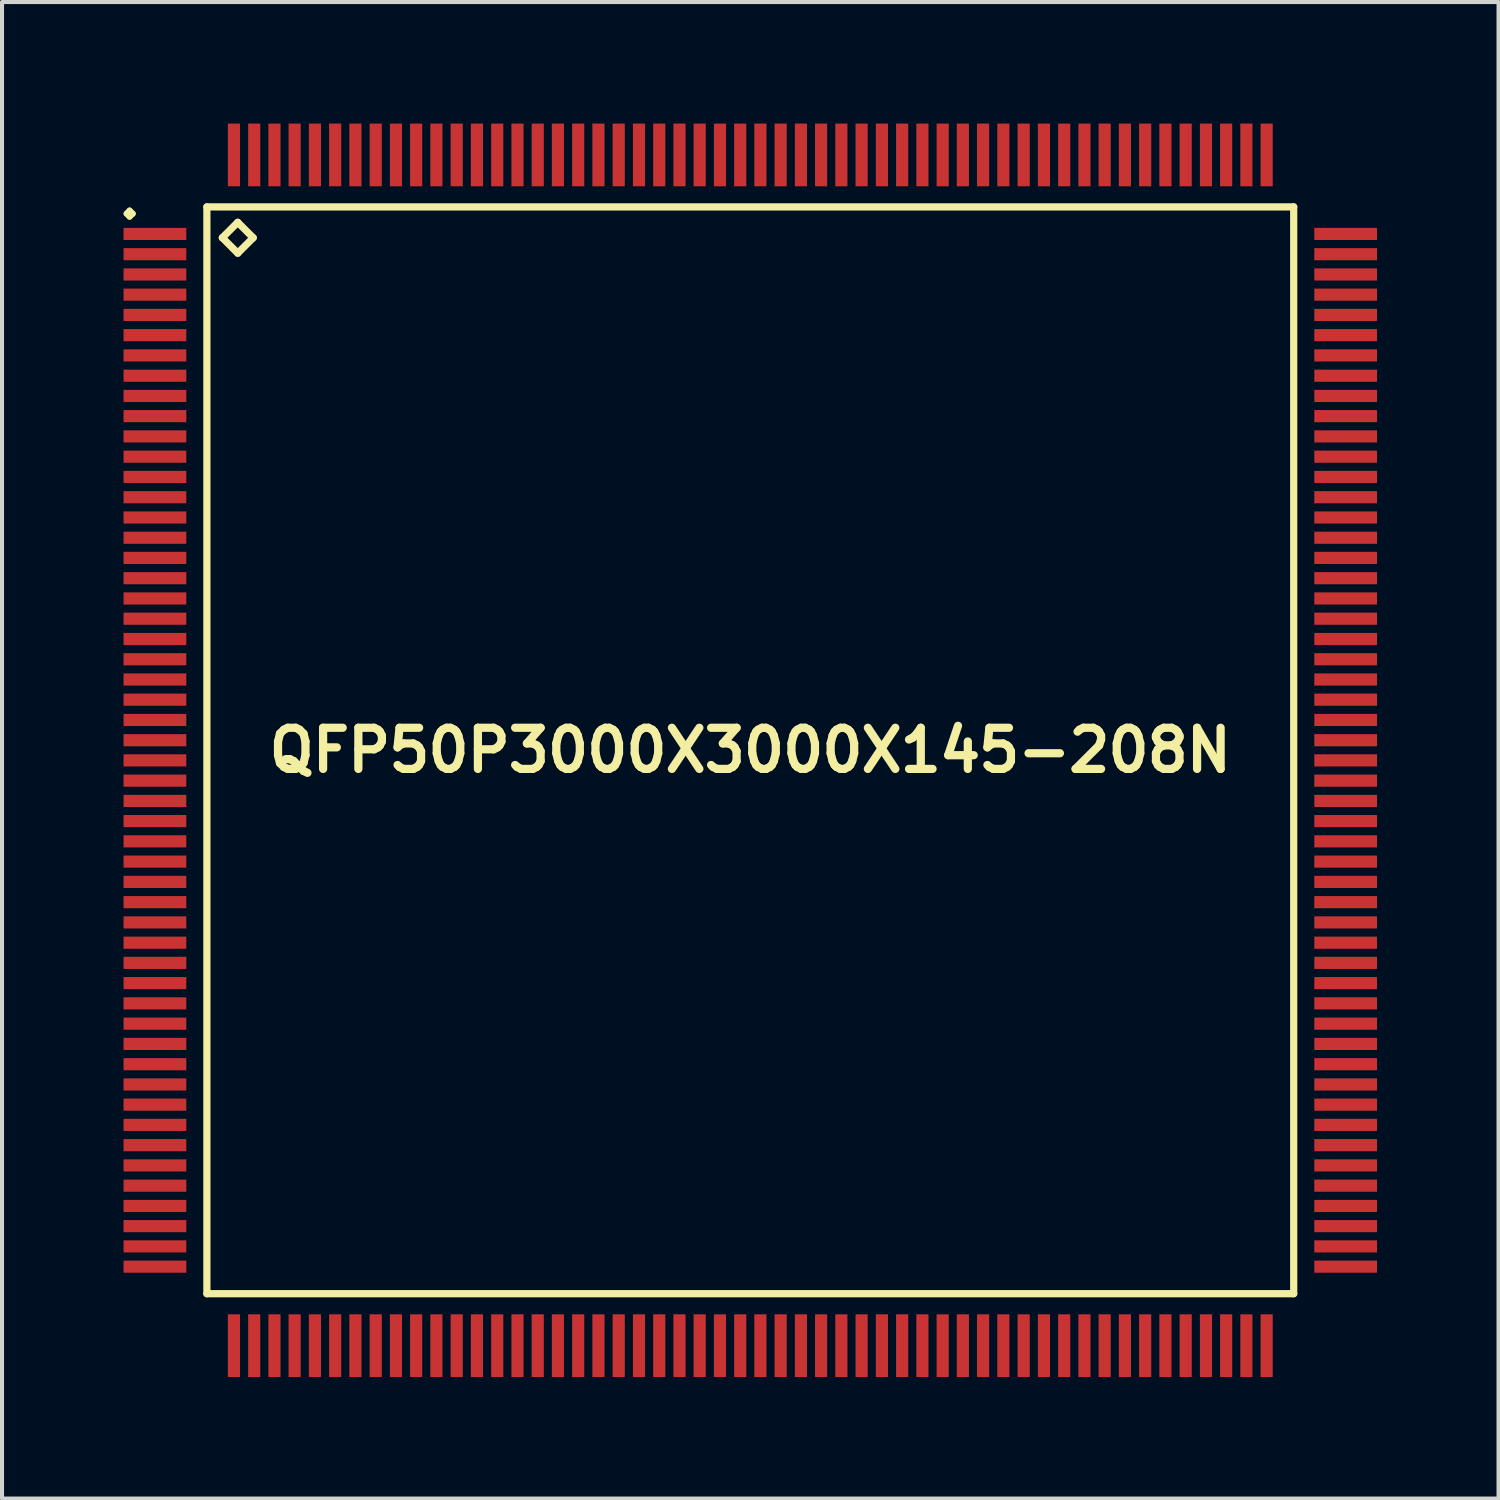
<source format=kicad_pcb>
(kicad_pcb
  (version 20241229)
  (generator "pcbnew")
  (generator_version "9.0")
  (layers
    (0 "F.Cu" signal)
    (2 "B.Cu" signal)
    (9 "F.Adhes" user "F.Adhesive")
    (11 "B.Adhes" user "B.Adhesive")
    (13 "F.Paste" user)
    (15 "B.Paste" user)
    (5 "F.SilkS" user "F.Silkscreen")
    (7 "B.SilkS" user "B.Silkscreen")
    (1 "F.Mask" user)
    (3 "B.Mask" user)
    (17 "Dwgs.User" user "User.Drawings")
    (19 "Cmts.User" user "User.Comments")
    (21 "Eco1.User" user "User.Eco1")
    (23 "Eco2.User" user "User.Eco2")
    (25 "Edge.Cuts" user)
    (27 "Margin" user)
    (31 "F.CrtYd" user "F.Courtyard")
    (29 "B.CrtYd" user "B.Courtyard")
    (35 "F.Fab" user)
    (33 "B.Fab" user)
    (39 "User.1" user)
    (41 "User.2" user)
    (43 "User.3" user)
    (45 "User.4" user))
  (footprint "QFP50P3000X3000X145-208N"
    (layer "F.Cu")
    (at 15.474 15.474)
    (property "Reference" "QFP50P3000X3000X145-208N" (at 0 0 0) (layer "F.SilkS") (effects (font (size 1.016 1.016) (thickness 0.203))))
    (attr smd)
    (fp_line (start -15.397 -13.249) (end -15.324 -13.325) (stroke (width 0.15) (type solid)) (layer "F.SilkS"))
    (fp_line (start -15.324 -13.325) (end -15.248 -13.249) (stroke (width 0.15) (type solid)) (layer "F.SilkS"))
    (fp_line (start -15.324 -13.175) (end -15.397 -13.249) (stroke (width 0.15) (type solid)) (layer "F.SilkS"))
    (fp_line (start -15.248 -13.249) (end -15.324 -13.175) (stroke (width 0.15) (type solid)) (layer "F.SilkS"))
    (fp_line (start -13.416 -13.416) (end -13.416 13.416) (stroke (width 0.178) (type solid)) (layer "F.SilkS"))
    (fp_line (start -13.416 13.416) (end 13.416 13.416) (stroke (width 0.178) (type solid)) (layer "F.SilkS"))
    (fp_line (start -13.035 -12.654) (end -12.654 -13.035) (stroke (width 0.178) (type solid)) (layer "F.SilkS"))
    (fp_line (start -12.654 -13.035) (end -12.273 -12.654) (stroke (width 0.178) (type solid)) (layer "F.SilkS"))
    (fp_line (start -12.654 -12.273) (end -13.035 -12.654) (stroke (width 0.178) (type solid)) (layer "F.SilkS"))
    (fp_line (start -12.273 -12.654) (end -12.654 -12.273) (stroke (width 0.178) (type solid)) (layer "F.SilkS"))
    (fp_line (start 13.416 -13.416) (end -13.416 -13.416) (stroke (width 0.178) (type solid)) (layer "F.SilkS"))
    (fp_line (start 13.416 13.416) (end 13.416 -13.416) (stroke (width 0.178) (type solid)) (layer "F.SilkS"))
    (pad "1" smd rect (at -14.699 -12.748) (size 1.549 0.3) (layers "F.Cu" "F.Mask" "F.Paste"))
    (pad "2" smd rect (at -14.699 -12.248) (size 1.549 0.3) (layers "F.Cu" "F.Mask" "F.Paste"))
    (pad "3" smd rect (at -14.699 -11.748) (size 1.549 0.3) (layers "F.Cu" "F.Mask" "F.Paste"))
    (pad "4" smd rect (at -14.699 -11.25) (size 1.549 0.3) (layers "F.Cu" "F.Mask" "F.Paste"))
    (pad "5" smd rect (at -14.699 -10.749) (size 1.549 0.3) (layers "F.Cu" "F.Mask" "F.Paste"))
    (pad "6" smd rect (at -14.699 -10.249) (size 1.549 0.3) (layers "F.Cu" "F.Mask" "F.Paste"))
    (pad "7" smd rect (at -14.699 -9.749) (size 1.549 0.3) (layers "F.Cu" "F.Mask" "F.Paste"))
    (pad "8" smd rect (at -14.699 -9.248) (size 1.549 0.3) (layers "F.Cu" "F.Mask" "F.Paste"))
    (pad "9" smd rect (at -14.699 -8.748) (size 1.549 0.3) (layers "F.Cu" "F.Mask" "F.Paste"))
    (pad "10" smd rect (at -14.699 -8.25) (size 1.549 0.3) (layers "F.Cu" "F.Mask" "F.Paste"))
    (pad "11" smd rect (at -14.699 -7.75) (size 1.549 0.3) (layers "F.Cu" "F.Mask" "F.Paste"))
    (pad "12" smd rect (at -14.699 -7.249) (size 1.549 0.3) (layers "F.Cu" "F.Mask" "F.Paste"))
    (pad "13" smd rect (at -14.699 -6.749) (size 1.549 0.3) (layers "F.Cu" "F.Mask" "F.Paste"))
    (pad "14" smd rect (at -14.699 -6.248) (size 1.549 0.3) (layers "F.Cu" "F.Mask" "F.Paste"))
    (pad "15" smd rect (at -14.699 -5.748) (size 1.549 0.3) (layers "F.Cu" "F.Mask" "F.Paste"))
    (pad "16" smd rect (at -14.699 -5.248) (size 1.549 0.3) (layers "F.Cu" "F.Mask" "F.Paste"))
    (pad "17" smd rect (at -14.699 -4.75) (size 1.549 0.3) (layers "F.Cu" "F.Mask" "F.Paste"))
    (pad "18" smd rect (at -14.699 -4.249) (size 1.549 0.3) (layers "F.Cu" "F.Mask" "F.Paste"))
    (pad "19" smd rect (at -14.699 -3.749) (size 1.549 0.3) (layers "F.Cu" "F.Mask" "F.Paste"))
    (pad "20" smd rect (at -14.699 -3.249) (size 1.549 0.3) (layers "F.Cu" "F.Mask" "F.Paste"))
    (pad "21" smd rect (at -14.699 -2.748) (size 1.549 0.3) (layers "F.Cu" "F.Mask" "F.Paste"))
    (pad "22" smd rect (at -14.699 -2.248) (size 1.549 0.3) (layers "F.Cu" "F.Mask" "F.Paste"))
    (pad "23" smd rect (at -14.699 -1.748) (size 1.549 0.3) (layers "F.Cu" "F.Mask" "F.Paste"))
    (pad "24" smd rect (at -14.699 -1.25) (size 1.549 0.3) (layers "F.Cu" "F.Mask" "F.Paste"))
    (pad "25" smd rect (at -14.699 -0.749) (size 1.549 0.3) (layers "F.Cu" "F.Mask" "F.Paste"))
    (pad "26" smd rect (at -14.699 -0.249) (size 1.549 0.3) (layers "F.Cu" "F.Mask" "F.Paste"))
    (pad "27" smd rect (at -14.699 0.249) (size 1.549 0.3) (layers "F.Cu" "F.Mask" "F.Paste"))
    (pad "28" smd rect (at -14.699 0.749) (size 1.549 0.3) (layers "F.Cu" "F.Mask" "F.Paste"))
    (pad "29" smd rect (at -14.699 1.25) (size 1.549 0.3) (layers "F.Cu" "F.Mask" "F.Paste"))
    (pad "30" smd rect (at -14.699 1.748) (size 1.549 0.3) (layers "F.Cu" "F.Mask" "F.Paste"))
    (pad "31" smd rect (at -14.699 2.248) (size 1.549 0.3) (layers "F.Cu" "F.Mask" "F.Paste"))
    (pad "32" smd rect (at -14.699 2.748) (size 1.549 0.3) (layers "F.Cu" "F.Mask" "F.Paste"))
    (pad "33" smd rect (at -14.699 3.249) (size 1.549 0.3) (layers "F.Cu" "F.Mask" "F.Paste"))
    (pad "34" smd rect (at -14.699 3.749) (size 1.549 0.3) (layers "F.Cu" "F.Mask" "F.Paste"))
    (pad "35" smd rect (at -14.699 4.249) (size 1.549 0.3) (layers "F.Cu" "F.Mask" "F.Paste"))
    (pad "36" smd rect (at -14.699 4.75) (size 1.549 0.3) (layers "F.Cu" "F.Mask" "F.Paste"))
    (pad "37" smd rect (at -14.699 5.248) (size 1.549 0.3) (layers "F.Cu" "F.Mask" "F.Paste"))
    (pad "38" smd rect (at -14.699 5.748) (size 1.549 0.3) (layers "F.Cu" "F.Mask" "F.Paste"))
    (pad "39" smd rect (at -14.699 6.248) (size 1.549 0.3) (layers "F.Cu" "F.Mask" "F.Paste"))
    (pad "40" smd rect (at -14.699 6.749) (size 1.549 0.3) (layers "F.Cu" "F.Mask" "F.Paste"))
    (pad "41" smd rect (at -14.699 7.249) (size 1.549 0.3) (layers "F.Cu" "F.Mask" "F.Paste"))
    (pad "42" smd rect (at -14.699 7.75) (size 1.549 0.3) (layers "F.Cu" "F.Mask" "F.Paste"))
    (pad "43" smd rect (at -14.699 8.25) (size 1.549 0.3) (layers "F.Cu" "F.Mask" "F.Paste"))
    (pad "44" smd rect (at -14.699 8.748) (size 1.549 0.3) (layers "F.Cu" "F.Mask" "F.Paste"))
    (pad "45" smd rect (at -14.699 9.248) (size 1.549 0.3) (layers "F.Cu" "F.Mask" "F.Paste"))
    (pad "46" smd rect (at -14.699 9.749) (size 1.549 0.3) (layers "F.Cu" "F.Mask" "F.Paste"))
    (pad "47" smd rect (at -14.699 10.249) (size 1.549 0.3) (layers "F.Cu" "F.Mask" "F.Paste"))
    (pad "48" smd rect (at -14.699 10.749) (size 1.549 0.3) (layers "F.Cu" "F.Mask" "F.Paste"))
    (pad "49" smd rect (at -14.699 11.25) (size 1.549 0.3) (layers "F.Cu" "F.Mask" "F.Paste"))
    (pad "50" smd rect (at -14.699 11.748) (size 1.549 0.3) (layers "F.Cu" "F.Mask" "F.Paste"))
    (pad "51" smd rect (at -14.699 12.248) (size 1.549 0.3) (layers "F.Cu" "F.Mask" "F.Paste"))
    (pad "52" smd rect (at -14.699 12.748) (size 1.549 0.3) (layers "F.Cu" "F.Mask" "F.Paste"))
    (pad "53" smd rect (at -12.748 14.699) (size 0.3 1.549) (layers "F.Cu" "F.Mask" "F.Paste"))
    (pad "54" smd rect (at -12.248 14.699) (size 0.3 1.549) (layers "F.Cu" "F.Mask" "F.Paste"))
    (pad "55" smd rect (at -11.748 14.699) (size 0.3 1.549) (layers "F.Cu" "F.Mask" "F.Paste"))
    (pad "56" smd rect (at -11.25 14.699) (size 0.3 1.549) (layers "F.Cu" "F.Mask" "F.Paste"))
    (pad "57" smd rect (at -10.749 14.699) (size 0.3 1.549) (layers "F.Cu" "F.Mask" "F.Paste"))
    (pad "58" smd rect (at -10.249 14.699) (size 0.3 1.549) (layers "F.Cu" "F.Mask" "F.Paste"))
    (pad "59" smd rect (at -9.749 14.699) (size 0.3 1.549) (layers "F.Cu" "F.Mask" "F.Paste"))
    (pad "60" smd rect (at -9.248 14.699) (size 0.3 1.549) (layers "F.Cu" "F.Mask" "F.Paste"))
    (pad "61" smd rect (at -8.748 14.699) (size 0.3 1.549) (layers "F.Cu" "F.Mask" "F.Paste"))
    (pad "62" smd rect (at -8.25 14.699) (size 0.3 1.549) (layers "F.Cu" "F.Mask" "F.Paste"))
    (pad "63" smd rect (at -7.75 14.699) (size 0.3 1.549) (layers "F.Cu" "F.Mask" "F.Paste"))
    (pad "64" smd rect (at -7.249 14.699) (size 0.3 1.549) (layers "F.Cu" "F.Mask" "F.Paste"))
    (pad "65" smd rect (at -6.749 14.699) (size 0.3 1.549) (layers "F.Cu" "F.Mask" "F.Paste"))
    (pad "66" smd rect (at -6.248 14.699) (size 0.3 1.549) (layers "F.Cu" "F.Mask" "F.Paste"))
    (pad "67" smd rect (at -5.748 14.699) (size 0.3 1.549) (layers "F.Cu" "F.Mask" "F.Paste"))
    (pad "68" smd rect (at -5.248 14.699) (size 0.3 1.549) (layers "F.Cu" "F.Mask" "F.Paste"))
    (pad "69" smd rect (at -4.75 14.699) (size 0.3 1.549) (layers "F.Cu" "F.Mask" "F.Paste"))
    (pad "70" smd rect (at -4.249 14.699) (size 0.3 1.549) (layers "F.Cu" "F.Mask" "F.Paste"))
    (pad "71" smd rect (at -3.749 14.699) (size 0.3 1.549) (layers "F.Cu" "F.Mask" "F.Paste"))
    (pad "72" smd rect (at -3.249 14.699) (size 0.3 1.549) (layers "F.Cu" "F.Mask" "F.Paste"))
    (pad "73" smd rect (at -2.748 14.699) (size 0.3 1.549) (layers "F.Cu" "F.Mask" "F.Paste"))
    (pad "74" smd rect (at -2.248 14.699) (size 0.3 1.549) (layers "F.Cu" "F.Mask" "F.Paste"))
    (pad "75" smd rect (at -1.748 14.699) (size 0.3 1.549) (layers "F.Cu" "F.Mask" "F.Paste"))
    (pad "76" smd rect (at -1.25 14.699) (size 0.3 1.549) (layers "F.Cu" "F.Mask" "F.Paste"))
    (pad "77" smd rect (at -0.749 14.699) (size 0.3 1.549) (layers "F.Cu" "F.Mask" "F.Paste"))
    (pad "78" smd rect (at -0.249 14.699) (size 0.3 1.549) (layers "F.Cu" "F.Mask" "F.Paste"))
    (pad "79" smd rect (at 0.249 14.699) (size 0.3 1.549) (layers "F.Cu" "F.Mask" "F.Paste"))
    (pad "80" smd rect (at 0.749 14.699) (size 0.3 1.549) (layers "F.Cu" "F.Mask" "F.Paste"))
    (pad "81" smd rect (at 1.25 14.699) (size 0.3 1.549) (layers "F.Cu" "F.Mask" "F.Paste"))
    (pad "82" smd rect (at 1.748 14.699) (size 0.3 1.549) (layers "F.Cu" "F.Mask" "F.Paste"))
    (pad "83" smd rect (at 2.248 14.699) (size 0.3 1.549) (layers "F.Cu" "F.Mask" "F.Paste"))
    (pad "84" smd rect (at 2.748 14.699) (size 0.3 1.549) (layers "F.Cu" "F.Mask" "F.Paste"))
    (pad "85" smd rect (at 3.249 14.699) (size 0.3 1.549) (layers "F.Cu" "F.Mask" "F.Paste"))
    (pad "86" smd rect (at 3.749 14.699) (size 0.3 1.549) (layers "F.Cu" "F.Mask" "F.Paste"))
    (pad "87" smd rect (at 4.249 14.699) (size 0.3 1.549) (layers "F.Cu" "F.Mask" "F.Paste"))
    (pad "88" smd rect (at 4.75 14.699) (size 0.3 1.549) (layers "F.Cu" "F.Mask" "F.Paste"))
    (pad "89" smd rect (at 5.248 14.699) (size 0.3 1.549) (layers "F.Cu" "F.Mask" "F.Paste"))
    (pad "90" smd rect (at 5.748 14.699) (size 0.3 1.549) (layers "F.Cu" "F.Mask" "F.Paste"))
    (pad "91" smd rect (at 6.248 14.699) (size 0.3 1.549) (layers "F.Cu" "F.Mask" "F.Paste"))
    (pad "92" smd rect (at 6.749 14.699) (size 0.3 1.549) (layers "F.Cu" "F.Mask" "F.Paste"))
    (pad "93" smd rect (at 7.249 14.699) (size 0.3 1.549) (layers "F.Cu" "F.Mask" "F.Paste"))
    (pad "94" smd rect (at 7.75 14.699) (size 0.3 1.549) (layers "F.Cu" "F.Mask" "F.Paste"))
    (pad "95" smd rect (at 8.25 14.699) (size 0.3 1.549) (layers "F.Cu" "F.Mask" "F.Paste"))
    (pad "96" smd rect (at 8.748 14.699) (size 0.3 1.549) (layers "F.Cu" "F.Mask" "F.Paste"))
    (pad "97" smd rect (at 9.248 14.699) (size 0.3 1.549) (layers "F.Cu" "F.Mask" "F.Paste"))
    (pad "98" smd rect (at 9.749 14.699) (size 0.3 1.549) (layers "F.Cu" "F.Mask" "F.Paste"))
    (pad "99" smd rect (at 10.249 14.699) (size 0.3 1.549) (layers "F.Cu" "F.Mask" "F.Paste"))
    (pad "100" smd rect (at 10.749 14.699) (size 0.3 1.549) (layers "F.Cu" "F.Mask" "F.Paste"))
    (pad "101" smd rect (at 11.25 14.699) (size 0.3 1.549) (layers "F.Cu" "F.Mask" "F.Paste"))
    (pad "102" smd rect (at 11.748 14.699) (size 0.3 1.549) (layers "F.Cu" "F.Mask" "F.Paste"))
    (pad "103" smd rect (at 12.248 14.699) (size 0.3 1.549) (layers "F.Cu" "F.Mask" "F.Paste"))
    (pad "104" smd rect (at 12.748 14.699) (size 0.3 1.549) (layers "F.Cu" "F.Mask" "F.Paste"))
    (pad "105" smd rect (at 14.699 12.748) (size 1.549 0.3) (layers "F.Cu" "F.Mask" "F.Paste"))
    (pad "106" smd rect (at 14.699 12.248) (size 1.549 0.3) (layers "F.Cu" "F.Mask" "F.Paste"))
    (pad "107" smd rect (at 14.699 11.748) (size 1.549 0.3) (layers "F.Cu" "F.Mask" "F.Paste"))
    (pad "108" smd rect (at 14.699 11.25) (size 1.549 0.3) (layers "F.Cu" "F.Mask" "F.Paste"))
    (pad "109" smd rect (at 14.699 10.749) (size 1.549 0.3) (layers "F.Cu" "F.Mask" "F.Paste"))
    (pad "110" smd rect (at 14.699 10.249) (size 1.549 0.3) (layers "F.Cu" "F.Mask" "F.Paste"))
    (pad "111" smd rect (at 14.699 9.749) (size 1.549 0.3) (layers "F.Cu" "F.Mask" "F.Paste"))
    (pad "112" smd rect (at 14.699 9.248) (size 1.549 0.3) (layers "F.Cu" "F.Mask" "F.Paste"))
    (pad "113" smd rect (at 14.699 8.748) (size 1.549 0.3) (layers "F.Cu" "F.Mask" "F.Paste"))
    (pad "114" smd rect (at 14.699 8.25) (size 1.549 0.3) (layers "F.Cu" "F.Mask" "F.Paste"))
    (pad "115" smd rect (at 14.699 7.75) (size 1.549 0.3) (layers "F.Cu" "F.Mask" "F.Paste"))
    (pad "116" smd rect (at 14.699 7.249) (size 1.549 0.3) (layers "F.Cu" "F.Mask" "F.Paste"))
    (pad "117" smd rect (at 14.699 6.749) (size 1.549 0.3) (layers "F.Cu" "F.Mask" "F.Paste"))
    (pad "118" smd rect (at 14.699 6.248) (size 1.549 0.3) (layers "F.Cu" "F.Mask" "F.Paste"))
    (pad "119" smd rect (at 14.699 5.748) (size 1.549 0.3) (layers "F.Cu" "F.Mask" "F.Paste"))
    (pad "120" smd rect (at 14.699 5.248) (size 1.549 0.3) (layers "F.Cu" "F.Mask" "F.Paste"))
    (pad "121" smd rect (at 14.699 4.75) (size 1.549 0.3) (layers "F.Cu" "F.Mask" "F.Paste"))
    (pad "122" smd rect (at 14.699 4.249) (size 1.549 0.3) (layers "F.Cu" "F.Mask" "F.Paste"))
    (pad "123" smd rect (at 14.699 3.749) (size 1.549 0.3) (layers "F.Cu" "F.Mask" "F.Paste"))
    (pad "124" smd rect (at 14.699 3.249) (size 1.549 0.3) (layers "F.Cu" "F.Mask" "F.Paste"))
    (pad "125" smd rect (at 14.699 2.748) (size 1.549 0.3) (layers "F.Cu" "F.Mask" "F.Paste"))
    (pad "126" smd rect (at 14.699 2.248) (size 1.549 0.3) (layers "F.Cu" "F.Mask" "F.Paste"))
    (pad "127" smd rect (at 14.699 1.748) (size 1.549 0.3) (layers "F.Cu" "F.Mask" "F.Paste"))
    (pad "128" smd rect (at 14.699 1.25) (size 1.549 0.3) (layers "F.Cu" "F.Mask" "F.Paste"))
    (pad "129" smd rect (at 14.699 0.749) (size 1.549 0.3) (layers "F.Cu" "F.Mask" "F.Paste"))
    (pad "130" smd rect (at 14.699 0.249) (size 1.549 0.3) (layers "F.Cu" "F.Mask" "F.Paste"))
    (pad "131" smd rect (at 14.699 -0.249) (size 1.549 0.3) (layers "F.Cu" "F.Mask" "F.Paste"))
    (pad "132" smd rect (at 14.699 -0.749) (size 1.549 0.3) (layers "F.Cu" "F.Mask" "F.Paste"))
    (pad "133" smd rect (at 14.699 -1.25) (size 1.549 0.3) (layers "F.Cu" "F.Mask" "F.Paste"))
    (pad "134" smd rect (at 14.699 -1.748) (size 1.549 0.3) (layers "F.Cu" "F.Mask" "F.Paste"))
    (pad "135" smd rect (at 14.699 -2.248) (size 1.549 0.3) (layers "F.Cu" "F.Mask" "F.Paste"))
    (pad "136" smd rect (at 14.699 -2.748) (size 1.549 0.3) (layers "F.Cu" "F.Mask" "F.Paste"))
    (pad "137" smd rect (at 14.699 -3.249) (size 1.549 0.3) (layers "F.Cu" "F.Mask" "F.Paste"))
    (pad "138" smd rect (at 14.699 -3.749) (size 1.549 0.3) (layers "F.Cu" "F.Mask" "F.Paste"))
    (pad "139" smd rect (at 14.699 -4.249) (size 1.549 0.3) (layers "F.Cu" "F.Mask" "F.Paste"))
    (pad "140" smd rect (at 14.699 -4.75) (size 1.549 0.3) (layers "F.Cu" "F.Mask" "F.Paste"))
    (pad "141" smd rect (at 14.699 -5.248) (size 1.549 0.3) (layers "F.Cu" "F.Mask" "F.Paste"))
    (pad "142" smd rect (at 14.699 -5.748) (size 1.549 0.3) (layers "F.Cu" "F.Mask" "F.Paste"))
    (pad "143" smd rect (at 14.699 -6.248) (size 1.549 0.3) (layers "F.Cu" "F.Mask" "F.Paste"))
    (pad "144" smd rect (at 14.699 -6.749) (size 1.549 0.3) (layers "F.Cu" "F.Mask" "F.Paste"))
    (pad "145" smd rect (at 14.699 -7.249) (size 1.549 0.3) (layers "F.Cu" "F.Mask" "F.Paste"))
    (pad "146" smd rect (at 14.699 -7.75) (size 1.549 0.3) (layers "F.Cu" "F.Mask" "F.Paste"))
    (pad "147" smd rect (at 14.699 -8.25) (size 1.549 0.3) (layers "F.Cu" "F.Mask" "F.Paste"))
    (pad "148" smd rect (at 14.699 -8.748) (size 1.549 0.3) (layers "F.Cu" "F.Mask" "F.Paste"))
    (pad "149" smd rect (at 14.699 -9.248) (size 1.549 0.3) (layers "F.Cu" "F.Mask" "F.Paste"))
    (pad "150" smd rect (at 14.699 -9.749) (size 1.549 0.3) (layers "F.Cu" "F.Mask" "F.Paste"))
    (pad "151" smd rect (at 14.699 -10.249) (size 1.549 0.3) (layers "F.Cu" "F.Mask" "F.Paste"))
    (pad "152" smd rect (at 14.699 -10.749) (size 1.549 0.3) (layers "F.Cu" "F.Mask" "F.Paste"))
    (pad "153" smd rect (at 14.699 -11.25) (size 1.549 0.3) (layers "F.Cu" "F.Mask" "F.Paste"))
    (pad "154" smd rect (at 14.699 -11.748) (size 1.549 0.3) (layers "F.Cu" "F.Mask" "F.Paste"))
    (pad "155" smd rect (at 14.699 -12.248) (size 1.549 0.3) (layers "F.Cu" "F.Mask" "F.Paste"))
    (pad "156" smd rect (at 14.699 -12.748) (size 1.549 0.3) (layers "F.Cu" "F.Mask" "F.Paste"))
    (pad "157" smd rect (at 12.748 -14.699) (size 0.3 1.549) (layers "F.Cu" "F.Mask" "F.Paste"))
    (pad "158" smd rect (at 12.248 -14.699) (size 0.3 1.549) (layers "F.Cu" "F.Mask" "F.Paste"))
    (pad "159" smd rect (at 11.748 -14.699) (size 0.3 1.549) (layers "F.Cu" "F.Mask" "F.Paste"))
    (pad "160" smd rect (at 11.25 -14.699) (size 0.3 1.549) (layers "F.Cu" "F.Mask" "F.Paste"))
    (pad "161" smd rect (at 10.749 -14.699) (size 0.3 1.549) (layers "F.Cu" "F.Mask" "F.Paste"))
    (pad "162" smd rect (at 10.249 -14.699) (size 0.3 1.549) (layers "F.Cu" "F.Mask" "F.Paste"))
    (pad "163" smd rect (at 9.749 -14.699) (size 0.3 1.549) (layers "F.Cu" "F.Mask" "F.Paste"))
    (pad "164" smd rect (at 9.248 -14.699) (size 0.3 1.549) (layers "F.Cu" "F.Mask" "F.Paste"))
    (pad "165" smd rect (at 8.748 -14.699) (size 0.3 1.549) (layers "F.Cu" "F.Mask" "F.Paste"))
    (pad "166" smd rect (at 8.25 -14.699) (size 0.3 1.549) (layers "F.Cu" "F.Mask" "F.Paste"))
    (pad "167" smd rect (at 7.75 -14.699) (size 0.3 1.549) (layers "F.Cu" "F.Mask" "F.Paste"))
    (pad "168" smd rect (at 7.249 -14.699) (size 0.3 1.549) (layers "F.Cu" "F.Mask" "F.Paste"))
    (pad "169" smd rect (at 6.749 -14.699) (size 0.3 1.549) (layers "F.Cu" "F.Mask" "F.Paste"))
    (pad "170" smd rect (at 6.248 -14.699) (size 0.3 1.549) (layers "F.Cu" "F.Mask" "F.Paste"))
    (pad "171" smd rect (at 5.748 -14.699) (size 0.3 1.549) (layers "F.Cu" "F.Mask" "F.Paste"))
    (pad "172" smd rect (at 5.248 -14.699) (size 0.3 1.549) (layers "F.Cu" "F.Mask" "F.Paste"))
    (pad "173" smd rect (at 4.75 -14.699) (size 0.3 1.549) (layers "F.Cu" "F.Mask" "F.Paste"))
    (pad "174" smd rect (at 4.249 -14.699) (size 0.3 1.549) (layers "F.Cu" "F.Mask" "F.Paste"))
    (pad "175" smd rect (at 3.749 -14.699) (size 0.3 1.549) (layers "F.Cu" "F.Mask" "F.Paste"))
    (pad "176" smd rect (at 3.249 -14.699) (size 0.3 1.549) (layers "F.Cu" "F.Mask" "F.Paste"))
    (pad "177" smd rect (at 2.748 -14.699) (size 0.3 1.549) (layers "F.Cu" "F.Mask" "F.Paste"))
    (pad "178" smd rect (at 2.248 -14.699) (size 0.3 1.549) (layers "F.Cu" "F.Mask" "F.Paste"))
    (pad "179" smd rect (at 1.748 -14.699) (size 0.3 1.549) (layers "F.Cu" "F.Mask" "F.Paste"))
    (pad "180" smd rect (at 1.25 -14.699) (size 0.3 1.549) (layers "F.Cu" "F.Mask" "F.Paste"))
    (pad "181" smd rect (at 0.749 -14.699) (size 0.3 1.549) (layers "F.Cu" "F.Mask" "F.Paste"))
    (pad "182" smd rect (at 0.249 -14.699) (size 0.3 1.549) (layers "F.Cu" "F.Mask" "F.Paste"))
    (pad "183" smd rect (at -0.249 -14.699) (size 0.3 1.549) (layers "F.Cu" "F.Mask" "F.Paste"))
    (pad "184" smd rect (at -0.749 -14.699) (size 0.3 1.549) (layers "F.Cu" "F.Mask" "F.Paste"))
    (pad "185" smd rect (at -1.25 -14.699) (size 0.3 1.549) (layers "F.Cu" "F.Mask" "F.Paste"))
    (pad "186" smd rect (at -1.748 -14.699) (size 0.3 1.549) (layers "F.Cu" "F.Mask" "F.Paste"))
    (pad "187" smd rect (at -2.248 -14.699) (size 0.3 1.549) (layers "F.Cu" "F.Mask" "F.Paste"))
    (pad "188" smd rect (at -2.748 -14.699) (size 0.3 1.549) (layers "F.Cu" "F.Mask" "F.Paste"))
    (pad "189" smd rect (at -3.249 -14.699) (size 0.3 1.549) (layers "F.Cu" "F.Mask" "F.Paste"))
    (pad "190" smd rect (at -3.749 -14.699) (size 0.3 1.549) (layers "F.Cu" "F.Mask" "F.Paste"))
    (pad "191" smd rect (at -4.249 -14.699) (size 0.3 1.549) (layers "F.Cu" "F.Mask" "F.Paste"))
    (pad "192" smd rect (at -4.75 -14.699) (size 0.3 1.549) (layers "F.Cu" "F.Mask" "F.Paste"))
    (pad "193" smd rect (at -5.248 -14.699) (size 0.3 1.549) (layers "F.Cu" "F.Mask" "F.Paste"))
    (pad "194" smd rect (at -5.748 -14.699) (size 0.3 1.549) (layers "F.Cu" "F.Mask" "F.Paste"))
    (pad "195" smd rect (at -6.248 -14.699) (size 0.3 1.549) (layers "F.Cu" "F.Mask" "F.Paste"))
    (pad "196" smd rect (at -6.749 -14.699) (size 0.3 1.549) (layers "F.Cu" "F.Mask" "F.Paste"))
    (pad "197" smd rect (at -7.249 -14.699) (size 0.3 1.549) (layers "F.Cu" "F.Mask" "F.Paste"))
    (pad "198" smd rect (at -7.75 -14.699) (size 0.3 1.549) (layers "F.Cu" "F.Mask" "F.Paste"))
    (pad "199" smd rect (at -8.25 -14.699) (size 0.3 1.549) (layers "F.Cu" "F.Mask" "F.Paste"))
    (pad "200" smd rect (at -8.748 -14.699) (size 0.3 1.549) (layers "F.Cu" "F.Mask" "F.Paste"))
    (pad "201" smd rect (at -9.248 -14.699) (size 0.3 1.549) (layers "F.Cu" "F.Mask" "F.Paste"))
    (pad "202" smd rect (at -9.749 -14.699) (size 0.3 1.549) (layers "F.Cu" "F.Mask" "F.Paste"))
    (pad "203" smd rect (at -10.249 -14.699) (size 0.3 1.549) (layers "F.Cu" "F.Mask" "F.Paste"))
    (pad "204" smd rect (at -10.749 -14.699) (size 0.3 1.549) (layers "F.Cu" "F.Mask" "F.Paste"))
    (pad "205" smd rect (at -11.25 -14.699) (size 0.3 1.549) (layers "F.Cu" "F.Mask" "F.Paste"))
    (pad "206" smd rect (at -11.748 -14.699) (size 0.3 1.549) (layers "F.Cu" "F.Mask" "F.Paste"))
    (pad "207" smd rect (at -12.248 -14.699) (size 0.3 1.549) (layers "F.Cu" "F.Mask" "F.Paste"))
    (pad "208" smd rect (at -12.748 -14.699) (size 0.3 1.549) (layers "F.Cu" "F.Mask" "F.Paste")))
  (gr_rect
    (start -3 -3)
    (end 33.947 33.947)
    (stroke (width 0.1) (type default))
    (fill no)
    (layer "Edge.Cuts")))
</source>
